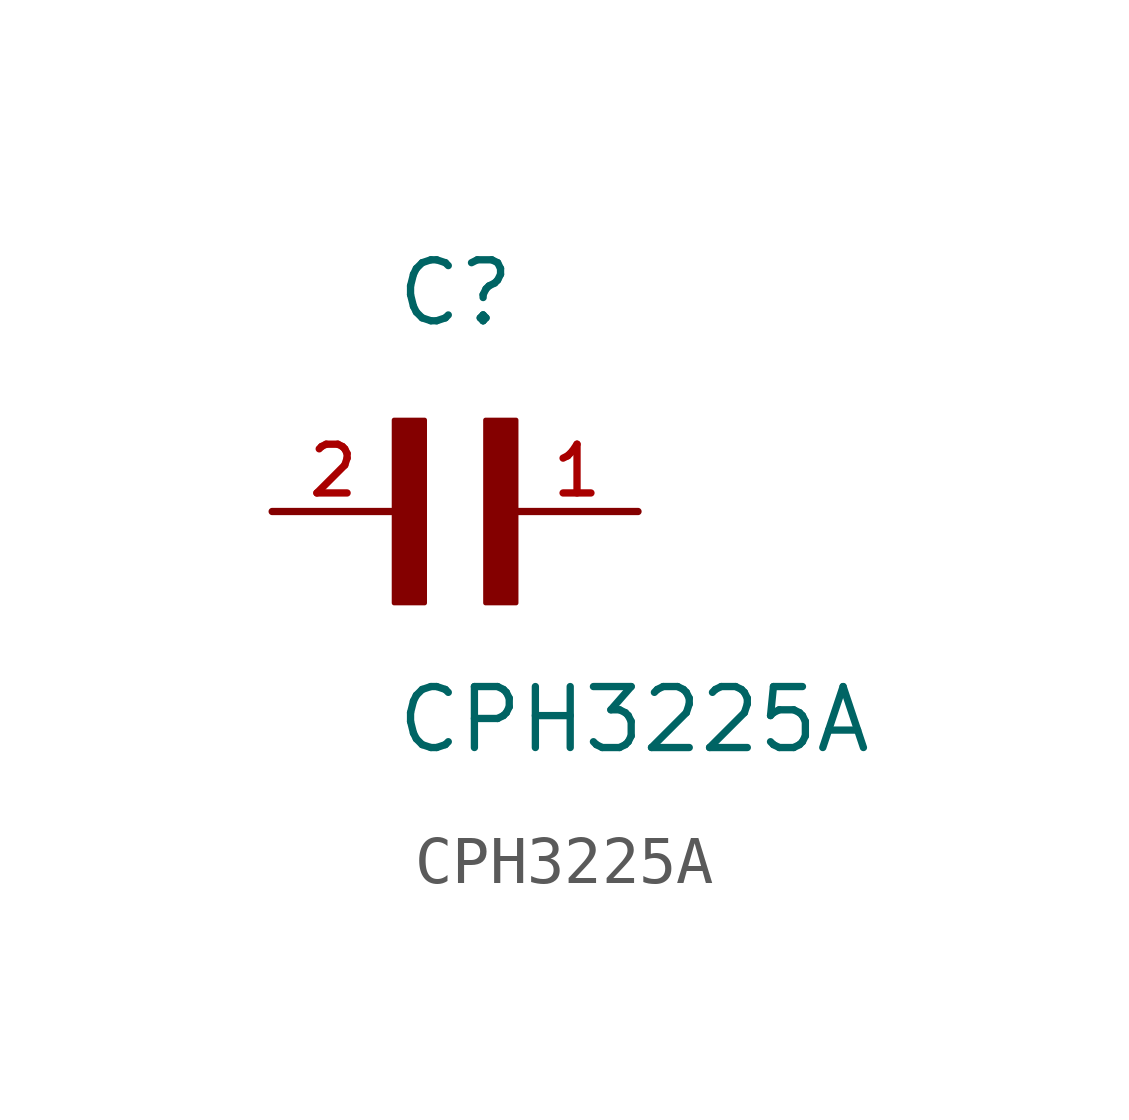
<source format=kicad_sym>
(kicad_symbol_lib
  (version 20211014)
  (generator kicad_symbol_editor)
  (symbol "CPH3225A"
    (pin_names
      (offset 1.016))
    (property "Reference" "C"
      (at 0.0 3.81 0)
      (effects (font (size 1.27 1.27)) (justify bottom left)))
    (property "Value" "CPH3225A"
      (at 0.0 -5.08 0)
      (effects (font (size 1.27 1.27)) (justify bottom left)))
    (symbol "CPH3225A_0_0"
      (rectangle (start 0.0 -1.905) (end 0.635 1.905) (stroke (width 0.1)) (fill (type outline)))
      (rectangle (start 1.905 -1.905) (end 2.54 1.905) (stroke (width 0.1)) (fill (type outline)))
      (pin passive line (at 5.08 0.0 180.0) (length 2.54) (name "~" (effects (font (size 1.016 1.016)))) (number "1" (effects (font (size 1.016 1.016)))))
      (pin passive line (at -2.54 0.0 0) (length 2.54) (name "~" (effects (font (size 1.016 1.016)))) (number "2" (effects (font (size 1.016 1.016))))))))
</source>
